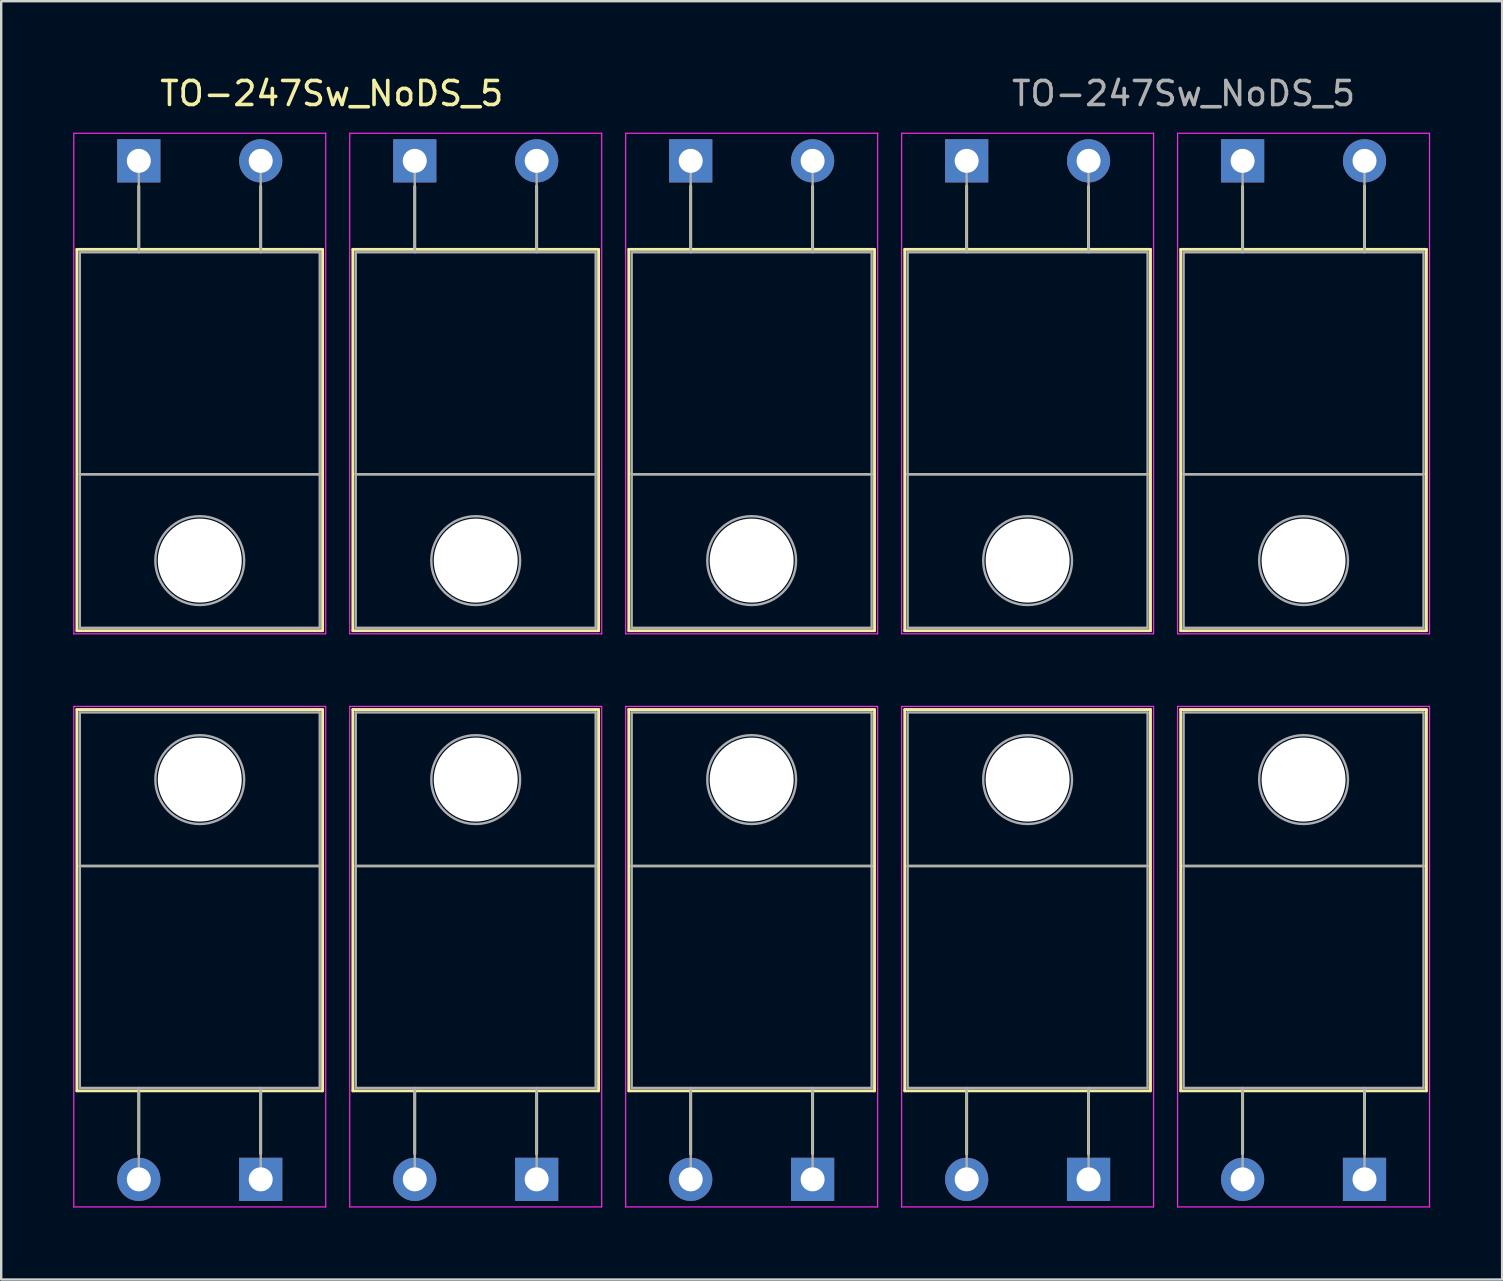
<source format=kicad_pcb>
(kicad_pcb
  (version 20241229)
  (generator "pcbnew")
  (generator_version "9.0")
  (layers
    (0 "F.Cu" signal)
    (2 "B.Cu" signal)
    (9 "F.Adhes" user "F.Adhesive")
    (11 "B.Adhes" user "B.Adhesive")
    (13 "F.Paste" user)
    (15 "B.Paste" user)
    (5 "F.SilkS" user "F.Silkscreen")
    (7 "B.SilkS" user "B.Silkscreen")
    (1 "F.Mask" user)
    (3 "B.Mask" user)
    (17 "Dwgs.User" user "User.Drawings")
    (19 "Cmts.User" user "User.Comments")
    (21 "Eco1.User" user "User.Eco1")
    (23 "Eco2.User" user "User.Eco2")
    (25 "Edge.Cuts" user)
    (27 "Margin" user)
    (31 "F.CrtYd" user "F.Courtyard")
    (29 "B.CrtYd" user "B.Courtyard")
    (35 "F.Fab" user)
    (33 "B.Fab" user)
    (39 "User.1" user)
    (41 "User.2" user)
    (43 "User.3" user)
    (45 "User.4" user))
  (footprint "TO-247Sw_NoDS_5"
    (layer "F.Cu")
    (at 28.275 24.876)
    (property "Reference" "TO-247Sw_NoDS_5" (at -17.5 -24.028 0) (layer "F.SilkS") (effects (font (size 1 1) (thickness 0.15))))
    (attr through_hole)
    (fp_line (start -28.12 -17.533) (end -17.88 -17.533) (stroke (width 0.12) (type solid)) (layer "F.SilkS"))
    (fp_line (start -28.12 -1.643) (end -28.12 -17.533) (stroke (width 0.12) (type solid)) (layer "F.SilkS"))
    (fp_line (start -28.12 -1.643) (end -17.88 -1.643) (stroke (width 0.12) (type solid)) (layer "F.SilkS"))
    (fp_line (start -28.12 1.643) (end -28.12 17.533) (stroke (width 0.12) (type solid)) (layer "F.SilkS"))
    (fp_line (start -28.12 1.643) (end -17.88 1.643) (stroke (width 0.12) (type solid)) (layer "F.SilkS"))
    (fp_line (start -28.12 17.533) (end -17.88 17.533) (stroke (width 0.12) (type solid)) (layer "F.SilkS"))
    (fp_line (start -28 -8.163) (end -18 -8.163) (stroke (width 0.1) (type solid)) (layer "F.SilkS"))
    (fp_line (start -28 8.163) (end -18 8.163) (stroke (width 0.1) (type solid)) (layer "F.SilkS"))
    (fp_line (start -25.54 -17.533) (end -25.54 -20.173) (stroke (width 0.12) (type solid)) (layer "F.SilkS"))
    (fp_line (start -25.54 17.533) (end -25.54 20.173) (stroke (width 0.12) (type solid)) (layer "F.SilkS"))
    (fp_line (start -20.46 -17.533) (end -20.46 -20.157) (stroke (width 0.12) (type solid)) (layer "F.SilkS"))
    (fp_line (start -20.46 17.533) (end -20.46 20.157) (stroke (width 0.12) (type solid)) (layer "F.SilkS"))
    (fp_line (start -17.88 -1.643) (end -17.88 -17.533) (stroke (width 0.12) (type solid)) (layer "F.SilkS"))
    (fp_line (start -17.88 1.643) (end -17.88 17.533) (stroke (width 0.12) (type solid)) (layer "F.SilkS"))
    (fp_line (start -16.62 -1.643) (end -16.62 -17.533) (stroke (width 0.12) (type solid)) (layer "F.SilkS"))
    (fp_line (start -16.62 1.643) (end -16.62 17.533) (stroke (width 0.12) (type solid)) (layer "F.SilkS"))
    (fp_line (start -16.5 -8.163) (end -6.5 -8.163) (stroke (width 0.1) (type solid)) (layer "F.SilkS"))
    (fp_line (start -16.5 8.163) (end -6.5 8.163) (stroke (width 0.1) (type solid)) (layer "F.SilkS"))
    (fp_line (start -14.04 -17.533) (end -14.04 -20.157) (stroke (width 0.12) (type solid)) (layer "F.SilkS"))
    (fp_line (start -14.04 17.533) (end -14.04 20.157) (stroke (width 0.12) (type solid)) (layer "F.SilkS"))
    (fp_line (start -8.96 -17.533) (end -8.96 -20.173) (stroke (width 0.12) (type solid)) (layer "F.SilkS"))
    (fp_line (start -8.96 17.533) (end -8.96 20.173) (stroke (width 0.12) (type solid)) (layer "F.SilkS"))
    (fp_line (start -6.38 -17.533) (end -16.62 -17.533) (stroke (width 0.12) (type solid)) (layer "F.SilkS"))
    (fp_line (start -6.38 -1.643) (end -16.62 -1.643) (stroke (width 0.12) (type solid)) (layer "F.SilkS"))
    (fp_line (start -6.38 -1.643) (end -6.38 -17.533) (stroke (width 0.12) (type solid)) (layer "F.SilkS"))
    (fp_line (start -6.38 1.643) (end -16.62 1.643) (stroke (width 0.12) (type solid)) (layer "F.SilkS"))
    (fp_line (start -6.38 1.643) (end -6.38 17.533) (stroke (width 0.12) (type solid)) (layer "F.SilkS"))
    (fp_line (start -6.38 17.533) (end -16.62 17.533) (stroke (width 0.12) (type solid)) (layer "F.SilkS"))
    (fp_line (start -5.12 -17.533) (end 5.12 -17.533) (stroke (width 0.12) (type solid)) (layer "F.SilkS"))
    (fp_line (start -5.12 -1.643) (end -5.12 -17.533) (stroke (width 0.12) (type solid)) (layer "F.SilkS"))
    (fp_line (start -5.12 -1.643) (end 5.12 -1.643) (stroke (width 0.12) (type solid)) (layer "F.SilkS"))
    (fp_line (start -5.12 1.643) (end -5.12 17.533) (stroke (width 0.12) (type solid)) (layer "F.SilkS"))
    (fp_line (start -5.12 1.643) (end 5.12 1.643) (stroke (width 0.12) (type solid)) (layer "F.SilkS"))
    (fp_line (start -5.12 17.533) (end 5.12 17.533) (stroke (width 0.12) (type solid)) (layer "F.SilkS"))
    (fp_line (start -5 -8.163) (end 5 -8.163) (stroke (width 0.1) (type solid)) (layer "F.SilkS"))
    (fp_line (start -5 8.163) (end 5 8.163) (stroke (width 0.1) (type solid)) (layer "F.SilkS"))
    (fp_line (start -2.54 -17.533) (end -2.54 -20.173) (stroke (width 0.12) (type solid)) (layer "F.SilkS"))
    (fp_line (start -2.54 17.533) (end -2.54 20.173) (stroke (width 0.12) (type solid)) (layer "F.SilkS"))
    (fp_line (start 2.54 -17.533) (end 2.54 -20.157) (stroke (width 0.12) (type solid)) (layer "F.SilkS"))
    (fp_line (start 2.54 17.533) (end 2.54 20.157) (stroke (width 0.12) (type solid)) (layer "F.SilkS"))
    (fp_line (start 5.12 -1.643) (end 5.12 -17.533) (stroke (width 0.12) (type solid)) (layer "F.SilkS"))
    (fp_line (start 5.12 1.643) (end 5.12 17.533) (stroke (width 0.12) (type solid)) (layer "F.SilkS"))
    (fp_line (start 6.38 -17.533) (end 16.62 -17.533) (stroke (width 0.12) (type solid)) (layer "F.SilkS"))
    (fp_line (start 6.38 -1.643) (end 6.38 -17.533) (stroke (width 0.12) (type solid)) (layer "F.SilkS"))
    (fp_line (start 6.38 -1.643) (end 16.62 -1.643) (stroke (width 0.12) (type solid)) (layer "F.SilkS"))
    (fp_line (start 6.38 1.643) (end 6.38 17.533) (stroke (width 0.12) (type solid)) (layer "F.SilkS"))
    (fp_line (start 6.38 1.643) (end 16.62 1.643) (stroke (width 0.12) (type solid)) (layer "F.SilkS"))
    (fp_line (start 6.38 17.533) (end 16.62 17.533) (stroke (width 0.12) (type solid)) (layer "F.SilkS"))
    (fp_line (start 6.5 -8.163) (end 16.5 -8.163) (stroke (width 0.1) (type solid)) (layer "F.SilkS"))
    (fp_line (start 6.5 8.163) (end 16.5 8.163) (stroke (width 0.1) (type solid)) (layer "F.SilkS"))
    (fp_line (start 8.96 -17.533) (end 8.96 -20.173) (stroke (width 0.12) (type solid)) (layer "F.SilkS"))
    (fp_line (start 8.96 17.533) (end 8.96 20.173) (stroke (width 0.12) (type solid)) (layer "F.SilkS"))
    (fp_line (start 14.04 -17.533) (end 14.04 -20.157) (stroke (width 0.12) (type solid)) (layer "F.SilkS"))
    (fp_line (start 14.04 17.533) (end 14.04 20.157) (stroke (width 0.12) (type solid)) (layer "F.SilkS"))
    (fp_line (start 16.62 -1.643) (end 16.62 -17.533) (stroke (width 0.12) (type solid)) (layer "F.SilkS"))
    (fp_line (start 16.62 1.643) (end 16.62 17.533) (stroke (width 0.12) (type solid)) (layer "F.SilkS"))
    (fp_line (start 17.88 -1.643) (end 17.88 -17.533) (stroke (width 0.12) (type solid)) (layer "F.SilkS"))
    (fp_line (start 17.88 1.643) (end 17.88 17.533) (stroke (width 0.12) (type solid)) (layer "F.SilkS"))
    (fp_line (start 18 -8.163) (end 28 -8.163) (stroke (width 0.1) (type solid)) (layer "F.SilkS"))
    (fp_line (start 18 8.163) (end 28 8.163) (stroke (width 0.1) (type solid)) (layer "F.SilkS"))
    (fp_line (start 20.46 -17.533) (end 20.46 -20.157) (stroke (width 0.12) (type solid)) (layer "F.SilkS"))
    (fp_line (start 20.46 17.533) (end 20.46 20.157) (stroke (width 0.12) (type solid)) (layer "F.SilkS"))
    (fp_line (start 25.54 -17.533) (end 25.54 -20.173) (stroke (width 0.12) (type solid)) (layer "F.SilkS"))
    (fp_line (start 25.54 17.533) (end 25.54 20.173) (stroke (width 0.12) (type solid)) (layer "F.SilkS"))
    (fp_line (start 28.12 -17.533) (end 17.88 -17.533) (stroke (width 0.12) (type solid)) (layer "F.SilkS"))
    (fp_line (start 28.12 -1.643) (end 17.88 -1.643) (stroke (width 0.12) (type solid)) (layer "F.SilkS"))
    (fp_line (start 28.12 -1.643) (end 28.12 -17.533) (stroke (width 0.12) (type solid)) (layer "F.SilkS"))
    (fp_line (start 28.12 1.643) (end 17.88 1.643) (stroke (width 0.12) (type solid)) (layer "F.SilkS"))
    (fp_line (start 28.12 1.643) (end 28.12 17.533) (stroke (width 0.12) (type solid)) (layer "F.SilkS"))
    (fp_line (start 28.12 17.533) (end 17.88 17.533) (stroke (width 0.12) (type solid)) (layer "F.SilkS"))
    (fp_line (start -28.25 -22.373) (end -17.75 -22.373) (stroke (width 0.05) (type solid)) (layer "F.CrtYd"))
    (fp_line (start -28.25 -1.513) (end -28.25 -22.373) (stroke (width 0.05) (type solid)) (layer "F.CrtYd"))
    (fp_line (start -28.25 1.513) (end -28.25 22.373) (stroke (width 0.05) (type solid)) (layer "F.CrtYd"))
    (fp_line (start -28.25 22.373) (end -17.75 22.373) (stroke (width 0.05) (type solid)) (layer "F.CrtYd"))
    (fp_line (start -17.75 -22.373) (end -17.75 -1.513) (stroke (width 0.05) (type solid)) (layer "F.CrtYd"))
    (fp_line (start -17.75 -1.513) (end -28.25 -1.513) (stroke (width 0.05) (type solid)) (layer "F.CrtYd"))
    (fp_line (start -17.75 1.513) (end -28.25 1.513) (stroke (width 0.05) (type solid)) (layer "F.CrtYd"))
    (fp_line (start -17.75 22.373) (end -17.75 1.513) (stroke (width 0.05) (type solid)) (layer "F.CrtYd"))
    (fp_line (start -16.75 -22.373) (end -16.75 -1.513) (stroke (width 0.05) (type solid)) (layer "F.CrtYd"))
    (fp_line (start -16.75 -1.513) (end -6.25 -1.513) (stroke (width 0.05) (type solid)) (layer "F.CrtYd"))
    (fp_line (start -16.75 1.513) (end -6.25 1.513) (stroke (width 0.05) (type solid)) (layer "F.CrtYd"))
    (fp_line (start -16.75 22.373) (end -16.75 1.513) (stroke (width 0.05) (type solid)) (layer "F.CrtYd"))
    (fp_line (start -6.25 -22.373) (end -16.75 -22.373) (stroke (width 0.05) (type solid)) (layer "F.CrtYd"))
    (fp_line (start -6.25 -1.513) (end -6.25 -22.373) (stroke (width 0.05) (type solid)) (layer "F.CrtYd"))
    (fp_line (start -6.25 1.513) (end -6.25 22.373) (stroke (width 0.05) (type solid)) (layer "F.CrtYd"))
    (fp_line (start -6.25 22.373) (end -16.75 22.373) (stroke (width 0.05) (type solid)) (layer "F.CrtYd"))
    (fp_line (start -5.25 -22.373) (end 5.25 -22.373) (stroke (width 0.05) (type solid)) (layer "F.CrtYd"))
    (fp_line (start -5.25 -1.513) (end -5.25 -22.373) (stroke (width 0.05) (type solid)) (layer "F.CrtYd"))
    (fp_line (start -5.25 1.513) (end -5.25 22.373) (stroke (width 0.05) (type solid)) (layer "F.CrtYd"))
    (fp_line (start -5.25 22.373) (end 5.25 22.373) (stroke (width 0.05) (type solid)) (layer "F.CrtYd"))
    (fp_line (start 5.25 -22.373) (end 5.25 -1.513) (stroke (width 0.05) (type solid)) (layer "F.CrtYd"))
    (fp_line (start 5.25 -1.513) (end -5.25 -1.513) (stroke (width 0.05) (type solid)) (layer "F.CrtYd"))
    (fp_line (start 5.25 1.513) (end -5.25 1.513) (stroke (width 0.05) (type solid)) (layer "F.CrtYd"))
    (fp_line (start 5.25 22.373) (end 5.25 1.513) (stroke (width 0.05) (type solid)) (layer "F.CrtYd"))
    (fp_line (start 6.25 -22.373) (end 16.75 -22.373) (stroke (width 0.05) (type solid)) (layer "F.CrtYd"))
    (fp_line (start 6.25 -1.513) (end 6.25 -22.373) (stroke (width 0.05) (type solid)) (layer "F.CrtYd"))
    (fp_line (start 6.25 1.513) (end 6.25 22.373) (stroke (width 0.05) (type solid)) (layer "F.CrtYd"))
    (fp_line (start 6.25 22.373) (end 16.75 22.373) (stroke (width 0.05) (type solid)) (layer "F.CrtYd"))
    (fp_line (start 16.75 -22.373) (end 16.75 -1.513) (stroke (width 0.05) (type solid)) (layer "F.CrtYd"))
    (fp_line (start 16.75 -1.513) (end 6.25 -1.513) (stroke (width 0.05) (type solid)) (layer "F.CrtYd"))
    (fp_line (start 16.75 1.513) (end 6.25 1.513) (stroke (width 0.05) (type solid)) (layer "F.CrtYd"))
    (fp_line (start 16.75 22.373) (end 16.75 1.513) (stroke (width 0.05) (type solid)) (layer "F.CrtYd"))
    (fp_line (start 17.75 -22.373) (end 17.75 -1.513) (stroke (width 0.05) (type solid)) (layer "F.CrtYd"))
    (fp_line (start 17.75 -1.513) (end 28.25 -1.513) (stroke (width 0.05) (type solid)) (layer "F.CrtYd"))
    (fp_line (start 17.75 1.513) (end 28.25 1.513) (stroke (width 0.05) (type solid)) (layer "F.CrtYd"))
    (fp_line (start 17.75 22.373) (end 17.75 1.513) (stroke (width 0.05) (type solid)) (layer "F.CrtYd"))
    (fp_line (start 28.25 -22.373) (end 17.75 -22.373) (stroke (width 0.05) (type solid)) (layer "F.CrtYd"))
    (fp_line (start 28.25 -1.513) (end 28.25 -22.373) (stroke (width 0.05) (type solid)) (layer "F.CrtYd"))
    (fp_line (start 28.25 1.513) (end 28.25 22.373) (stroke (width 0.05) (type solid)) (layer "F.CrtYd"))
    (fp_line (start 28.25 22.373) (end 17.75 22.373) (stroke (width 0.05) (type solid)) (layer "F.CrtYd"))
    (fp_line (start -28 -17.413) (end -28 -8.163) (stroke (width 0.1) (type solid)) (layer "F.Fab"))
    (fp_line (start -28 -8.163) (end -28 -1.763) (stroke (width 0.1) (type solid)) (layer "F.Fab"))
    (fp_line (start -28 -1.763) (end -18 -1.763) (stroke (width 0.1) (type solid)) (layer "F.Fab"))
    (fp_line (start -28 1.763) (end -18 1.763) (stroke (width 0.1) (type solid)) (layer "F.Fab"))
    (fp_line (start -28 8.163) (end -28 1.763) (stroke (width 0.1) (type solid)) (layer "F.Fab"))
    (fp_line (start -28 17.413) (end -28 8.163) (stroke (width 0.1) (type solid)) (layer "F.Fab"))
    (fp_line (start -25.54 -17.413) (end -25.54 -21.223) (stroke (width 0.1) (type solid)) (layer "F.Fab"))
    (fp_line (start -25.54 17.413) (end -25.54 21.223) (stroke (width 0.1) (type solid)) (layer "F.Fab"))
    (fp_line (start -20.46 -17.413) (end -20.46 -21.223) (stroke (width 0.1) (type solid)) (layer "F.Fab"))
    (fp_line (start -20.46 17.413) (end -20.46 21.223) (stroke (width 0.1) (type solid)) (layer "F.Fab"))
    (fp_line (start -18 -17.413) (end -28 -17.413) (stroke (width 0.1) (type solid)) (layer "F.Fab"))
    (fp_line (start -18 -8.163) (end -28 -8.163) (stroke (width 0.1) (type solid)) (layer "F.Fab"))
    (fp_line (start -18 -8.163) (end -18 -17.413) (stroke (width 0.1) (type solid)) (layer "F.Fab"))
    (fp_line (start -18 -1.763) (end -18 -8.163) (stroke (width 0.1) (type solid)) (layer "F.Fab"))
    (fp_line (start -18 1.763) (end -18 8.163) (stroke (width 0.1) (type solid)) (layer "F.Fab"))
    (fp_line (start -18 8.163) (end -28 8.163) (stroke (width 0.1) (type solid)) (layer "F.Fab"))
    (fp_line (start -18 8.163) (end -18 17.413) (stroke (width 0.1) (type solid)) (layer "F.Fab"))
    (fp_line (start -18 17.413) (end -28 17.413) (stroke (width 0.1) (type solid)) (layer "F.Fab"))
    (fp_line (start -16.5 -17.413) (end -6.5 -17.413) (stroke (width 0.1) (type solid)) (layer "F.Fab"))
    (fp_line (start -16.5 -8.163) (end -16.5 -17.413) (stroke (width 0.1) (type solid)) (layer "F.Fab"))
    (fp_line (start -16.5 -1.763) (end -16.5 -8.163) (stroke (width 0.1) (type solid)) (layer "F.Fab"))
    (fp_line (start -16.5 1.763) (end -16.5 8.163) (stroke (width 0.1) (type solid)) (layer "F.Fab"))
    (fp_line (start -16.5 8.163) (end -16.5 17.413) (stroke (width 0.1) (type solid)) (layer "F.Fab"))
    (fp_line (start -16.5 17.413) (end -6.5 17.413) (stroke (width 0.1) (type solid)) (layer "F.Fab"))
    (fp_line (start -14.04 -17.413) (end -14.04 -21.223) (stroke (width 0.1) (type solid)) (layer "F.Fab"))
    (fp_line (start -14.04 17.413) (end -14.04 21.223) (stroke (width 0.1) (type solid)) (layer "F.Fab"))
    (fp_line (start -8.96 -17.413) (end -8.96 -21.223) (stroke (width 0.1) (type solid)) (layer "F.Fab"))
    (fp_line (start -8.96 17.413) (end -8.96 21.223) (stroke (width 0.1) (type solid)) (layer "F.Fab"))
    (fp_line (start -6.5 -17.413) (end -6.5 -8.163) (stroke (width 0.1) (type solid)) (layer "F.Fab"))
    (fp_line (start -6.5 -8.163) (end -16.5 -8.163) (stroke (width 0.1) (type solid)) (layer "F.Fab"))
    (fp_line (start -6.5 -8.163) (end -6.5 -1.763) (stroke (width 0.1) (type solid)) (layer "F.Fab"))
    (fp_line (start -6.5 -1.763) (end -16.5 -1.763) (stroke (width 0.1) (type solid)) (layer "F.Fab"))
    (fp_line (start -6.5 1.763) (end -16.5 1.763) (stroke (width 0.1) (type solid)) (layer "F.Fab"))
    (fp_line (start -6.5 8.163) (end -16.5 8.163) (stroke (width 0.1) (type solid)) (layer "F.Fab"))
    (fp_line (start -6.5 8.163) (end -6.5 1.763) (stroke (width 0.1) (type solid)) (layer "F.Fab"))
    (fp_line (start -6.5 17.413) (end -6.5 8.163) (stroke (width 0.1) (type solid)) (layer "F.Fab"))
    (fp_line (start -5 -17.413) (end -5 -8.163) (stroke (width 0.1) (type solid)) (layer "F.Fab"))
    (fp_line (start -5 -8.163) (end -5 -1.763) (stroke (width 0.1) (type solid)) (layer "F.Fab"))
    (fp_line (start -5 -1.763) (end 5 -1.763) (stroke (width 0.1) (type solid)) (layer "F.Fab"))
    (fp_line (start -5 1.763) (end 5 1.763) (stroke (width 0.1) (type solid)) (layer "F.Fab"))
    (fp_line (start -5 8.163) (end -5 1.763) (stroke (width 0.1) (type solid)) (layer "F.Fab"))
    (fp_line (start -5 17.413) (end -5 8.163) (stroke (width 0.1) (type solid)) (layer "F.Fab"))
    (fp_line (start -2.54 -17.413) (end -2.54 -21.223) (stroke (width 0.1) (type solid)) (layer "F.Fab"))
    (fp_line (start -2.54 17.413) (end -2.54 21.223) (stroke (width 0.1) (type solid)) (layer "F.Fab"))
    (fp_line (start 2.54 -17.413) (end 2.54 -21.223) (stroke (width 0.1) (type solid)) (layer "F.Fab"))
    (fp_line (start 2.54 17.413) (end 2.54 21.223) (stroke (width 0.1) (type solid)) (layer "F.Fab"))
    (fp_line (start 5 -17.413) (end -5 -17.413) (stroke (width 0.1) (type solid)) (layer "F.Fab"))
    (fp_line (start 5 -8.163) (end -5 -8.163) (stroke (width 0.1) (type solid)) (layer "F.Fab"))
    (fp_line (start 5 -8.163) (end 5 -17.413) (stroke (width 0.1) (type solid)) (layer "F.Fab"))
    (fp_line (start 5 -1.763) (end 5 -8.163) (stroke (width 0.1) (type solid)) (layer "F.Fab"))
    (fp_line (start 5 1.763) (end 5 8.163) (stroke (width 0.1) (type solid)) (layer "F.Fab"))
    (fp_line (start 5 8.163) (end -5 8.163) (stroke (width 0.1) (type solid)) (layer "F.Fab"))
    (fp_line (start 5 8.163) (end 5 17.413) (stroke (width 0.1) (type solid)) (layer "F.Fab"))
    (fp_line (start 5 17.413) (end -5 17.413) (stroke (width 0.1) (type solid)) (layer "F.Fab"))
    (fp_line (start 6.5 -17.413) (end 6.5 -8.163) (stroke (width 0.1) (type solid)) (layer "F.Fab"))
    (fp_line (start 6.5 -8.163) (end 6.5 -1.763) (stroke (width 0.1) (type solid)) (layer "F.Fab"))
    (fp_line (start 6.5 -1.763) (end 16.5 -1.763) (stroke (width 0.1) (type solid)) (layer "F.Fab"))
    (fp_line (start 6.5 1.763) (end 16.5 1.763) (stroke (width 0.1) (type solid)) (layer "F.Fab"))
    (fp_line (start 6.5 8.163) (end 6.5 1.763) (stroke (width 0.1) (type solid)) (layer "F.Fab"))
    (fp_line (start 6.5 17.413) (end 6.5 8.163) (stroke (width 0.1) (type solid)) (layer "F.Fab"))
    (fp_line (start 8.96 -17.413) (end 8.96 -21.223) (stroke (width 0.1) (type solid)) (layer "F.Fab"))
    (fp_line (start 8.96 17.413) (end 8.96 21.223) (stroke (width 0.1) (type solid)) (layer "F.Fab"))
    (fp_line (start 14.04 -17.413) (end 14.04 -21.223) (stroke (width 0.1) (type solid)) (layer "F.Fab"))
    (fp_line (start 14.04 17.413) (end 14.04 21.223) (stroke (width 0.1) (type solid)) (layer "F.Fab"))
    (fp_line (start 16.5 -17.413) (end 6.5 -17.413) (stroke (width 0.1) (type solid)) (layer "F.Fab"))
    (fp_line (start 16.5 -8.163) (end 6.5 -8.163) (stroke (width 0.1) (type solid)) (layer "F.Fab"))
    (fp_line (start 16.5 -8.163) (end 16.5 -17.413) (stroke (width 0.1) (type solid)) (layer "F.Fab"))
    (fp_line (start 16.5 -1.763) (end 16.5 -8.163) (stroke (width 0.1) (type solid)) (layer "F.Fab"))
    (fp_line (start 16.5 1.763) (end 16.5 8.163) (stroke (width 0.1) (type solid)) (layer "F.Fab"))
    (fp_line (start 16.5 8.163) (end 6.5 8.163) (stroke (width 0.1) (type solid)) (layer "F.Fab"))
    (fp_line (start 16.5 8.163) (end 16.5 17.413) (stroke (width 0.1) (type solid)) (layer "F.Fab"))
    (fp_line (start 16.5 17.413) (end 6.5 17.413) (stroke (width 0.1) (type solid)) (layer "F.Fab"))
    (fp_line (start 18 -17.413) (end 28 -17.413) (stroke (width 0.1) (type solid)) (layer "F.Fab"))
    (fp_line (start 18 -8.163) (end 18 -17.413) (stroke (width 0.1) (type solid)) (layer "F.Fab"))
    (fp_line (start 18 -1.763) (end 18 -8.163) (stroke (width 0.1) (type solid)) (layer "F.Fab"))
    (fp_line (start 18 1.763) (end 18 8.163) (stroke (width 0.1) (type solid)) (layer "F.Fab"))
    (fp_line (start 18 8.163) (end 18 17.413) (stroke (width 0.1) (type solid)) (layer "F.Fab"))
    (fp_line (start 18 17.413) (end 28 17.413) (stroke (width 0.1) (type solid)) (layer "F.Fab"))
    (fp_line (start 20.46 -17.413) (end 20.46 -21.223) (stroke (width 0.1) (type solid)) (layer "F.Fab"))
    (fp_line (start 20.46 17.413) (end 20.46 21.223) (stroke (width 0.1) (type solid)) (layer "F.Fab"))
    (fp_line (start 25.54 -17.413) (end 25.54 -21.223) (stroke (width 0.1) (type solid)) (layer "F.Fab"))
    (fp_line (start 25.54 17.413) (end 25.54 21.223) (stroke (width 0.1) (type solid)) (layer "F.Fab"))
    (fp_line (start 28 -17.413) (end 28 -8.163) (stroke (width 0.1) (type solid)) (layer "F.Fab"))
    (fp_line (start 28 -8.163) (end 18 -8.163) (stroke (width 0.1) (type solid)) (layer "F.Fab"))
    (fp_line (start 28 -8.163) (end 28 -1.763) (stroke (width 0.1) (type solid)) (layer "F.Fab"))
    (fp_line (start 28 -1.763) (end 18 -1.763) (stroke (width 0.1) (type solid)) (layer "F.Fab"))
    (fp_line (start 28 1.763) (end 18 1.763) (stroke (width 0.1) (type solid)) (layer "F.Fab"))
    (fp_line (start 28 8.163) (end 18 8.163) (stroke (width 0.1) (type solid)) (layer "F.Fab"))
    (fp_line (start 28 8.163) (end 28 1.763) (stroke (width 0.1) (type solid)) (layer "F.Fab"))
    (fp_line (start 28 17.413) (end 28 8.163) (stroke (width 0.1) (type solid)) (layer "F.Fab"))
    (fp_circle (center -23 -4.563) (end -21.15 -4.563) (stroke (width 0.1) (type solid)) (fill no) (layer "F.Fab"))
    (fp_circle (center -23 4.563) (end -21.15 4.563) (stroke (width 0.1) (type solid)) (fill no) (layer "F.Fab"))
    (fp_circle (center -11.5 -4.563) (end -13.35 -4.563) (stroke (width 0.1) (type solid)) (fill no) (layer "F.Fab"))
    (fp_circle (center -11.5 4.563) (end -13.35 4.563) (stroke (width 0.1) (type solid)) (fill no) (layer "F.Fab"))
    (fp_circle (center 0 -4.563) (end 1.85 -4.563) (stroke (width 0.1) (type solid)) (fill no) (layer "F.Fab"))
    (fp_circle (center 0 4.563) (end 1.85 4.563) (stroke (width 0.1) (type solid)) (fill no) (layer "F.Fab"))
    (fp_circle (center 11.5 -4.563) (end 13.35 -4.563) (stroke (width 0.1) (type solid)) (fill no) (layer "F.Fab"))
    (fp_circle (center 11.5 4.563) (end 13.35 4.563) (stroke (width 0.1) (type solid)) (fill no) (layer "F.Fab"))
    (fp_circle (center 23 -4.563) (end 21.15 -4.563) (stroke (width 0.1) (type solid)) (fill no) (layer "F.Fab"))
    (fp_circle (center 23 4.563) (end 21.15 4.563) (stroke (width 0.1) (type solid)) (fill no) (layer "F.Fab"))
    (fp_text user "${REFERENCE}" (at 18 -24.028 0) (layer "F.Fab") (effects (font (size 1 1) (thickness 0.15))))
    (pad "" np_thru_hole oval (at -23 -4.563 180) (size 3.5 3.5) (drill 3.5) (layers "*.Cu" "*.Mask"))
    (pad "" np_thru_hole oval (at -23 4.563) (size 3.5 3.5) (drill 3.5) (layers "*.Cu" "*.Mask"))
    (pad "" np_thru_hole oval (at -11.5 -4.563 180) (size 3.5 3.5) (drill 3.5) (layers "*.Cu" "*.Mask"))
    (pad "" np_thru_hole oval (at -11.5 4.563) (size 3.5 3.5) (drill 3.5) (layers "*.Cu" "*.Mask"))
    (pad "" np_thru_hole oval (at 0 -4.563 180) (size 3.5 3.5) (drill 3.5) (layers "*.Cu" "*.Mask"))
    (pad "" np_thru_hole oval (at 0 4.563) (size 3.5 3.5) (drill 3.5) (layers "*.Cu" "*.Mask"))
    (pad "" np_thru_hole oval (at 11.5 -4.563 180) (size 3.5 3.5) (drill 3.5) (layers "*.Cu" "*.Mask"))
    (pad "" np_thru_hole oval (at 11.5 4.563) (size 3.5 3.5) (drill 3.5) (layers "*.Cu" "*.Mask"))
    (pad "" np_thru_hole oval (at 23 -4.563 180) (size 3.5 3.5) (drill 3.5) (layers "*.Cu" "*.Mask"))
    (pad "" np_thru_hole oval (at 23 4.563) (size 3.5 3.5) (drill 3.5) (layers "*.Cu" "*.Mask"))
    (pad "G1" thru_hole rect (at -25.54 -21.223 180) (size 1.8 1.8) (drill 1) (layers "*.Cu" "*.Mask"))
    (pad "G1" thru_hole trapezoid (at -14.04 -21.223 180) (size 1.8 1.8) (drill 1) (layers "*.Cu" "*.Mask"))
    (pad "G1" thru_hole rect (at -2.54 -21.223 180) (size 1.8 1.8) (drill 1) (layers "*.Cu" "*.Mask"))
    (pad "G1" thru_hole rect (at 8.96 -21.223 180) (size 1.8 1.8) (drill 1) (layers "*.Cu" "*.Mask"))
    (pad "G1" thru_hole trapezoid (at 20.46 -21.223 180) (size 1.8 1.8) (drill 1) (layers "*.Cu" "*.Mask"))
    (pad "G2" thru_hole trapezoid (at -20.46 21.223) (size 1.8 1.8) (drill 1) (layers "*.Cu" "*.Mask"))
    (pad "G2" thru_hole rect (at -8.96 21.223) (size 1.8 1.8) (drill 1) (layers "*.Cu" "*.Mask"))
    (pad "G2" thru_hole trapezoid (at 2.54 21.223) (size 1.8 1.8) (drill 1) (layers "*.Cu" "*.Mask"))
    (pad "G2" thru_hole trapezoid (at 14.04 21.223) (size 1.8 1.8) (drill 1) (layers "*.Cu" "*.Mask"))
    (pad "G2" thru_hole rect (at 25.54 21.223) (size 1.8 1.8) (drill 1) (layers "*.Cu" "*.Mask"))
    (pad "S1" thru_hole oval (at -20.46 -21.223 180) (size 1.8 1.8) (drill 1) (layers "*.Cu" "*.Mask"))
    (pad "S1" thru_hole oval (at -8.96 -21.223 180) (size 1.8 1.8) (drill 1) (layers "*.Cu" "*.Mask"))
    (pad "S1" thru_hole oval (at 2.54 -21.223 180) (size 1.8 1.8) (drill 1) (layers "*.Cu" "*.Mask"))
    (pad "S1" thru_hole oval (at 14.04 -21.223 180) (size 1.8 1.8) (drill 1) (layers "*.Cu" "*.Mask"))
    (pad "S1" thru_hole oval (at 25.54 -21.223 180) (size 1.8 1.8) (drill 1) (layers "*.Cu" "*.Mask"))
    (pad "S2" thru_hole oval (at -25.54 21.223) (size 1.8 1.8) (drill 1) (layers "*.Cu" "*.Mask"))
    (pad "S2" thru_hole oval (at -14.04 21.223) (size 1.8 1.8) (drill 1) (layers "*.Cu" "*.Mask"))
    (pad "S2" thru_hole oval (at -2.54 21.223) (size 1.8 1.8) (drill 1) (layers "*.Cu" "*.Mask"))
    (pad "S2" thru_hole oval (at 8.96 21.223) (size 1.8 1.8) (drill 1) (layers "*.Cu" "*.Mask"))
    (pad "S2" thru_hole oval (at 20.46 21.223) (size 1.8 1.8) (drill 1) (layers "*.Cu" "*.Mask")))
  (gr_rect
    (start -3 -3)
    (end 59.55 50.274)
    (stroke (width 0.1) (type default))
    (fill no)
    (layer "Edge.Cuts")))
</source>
